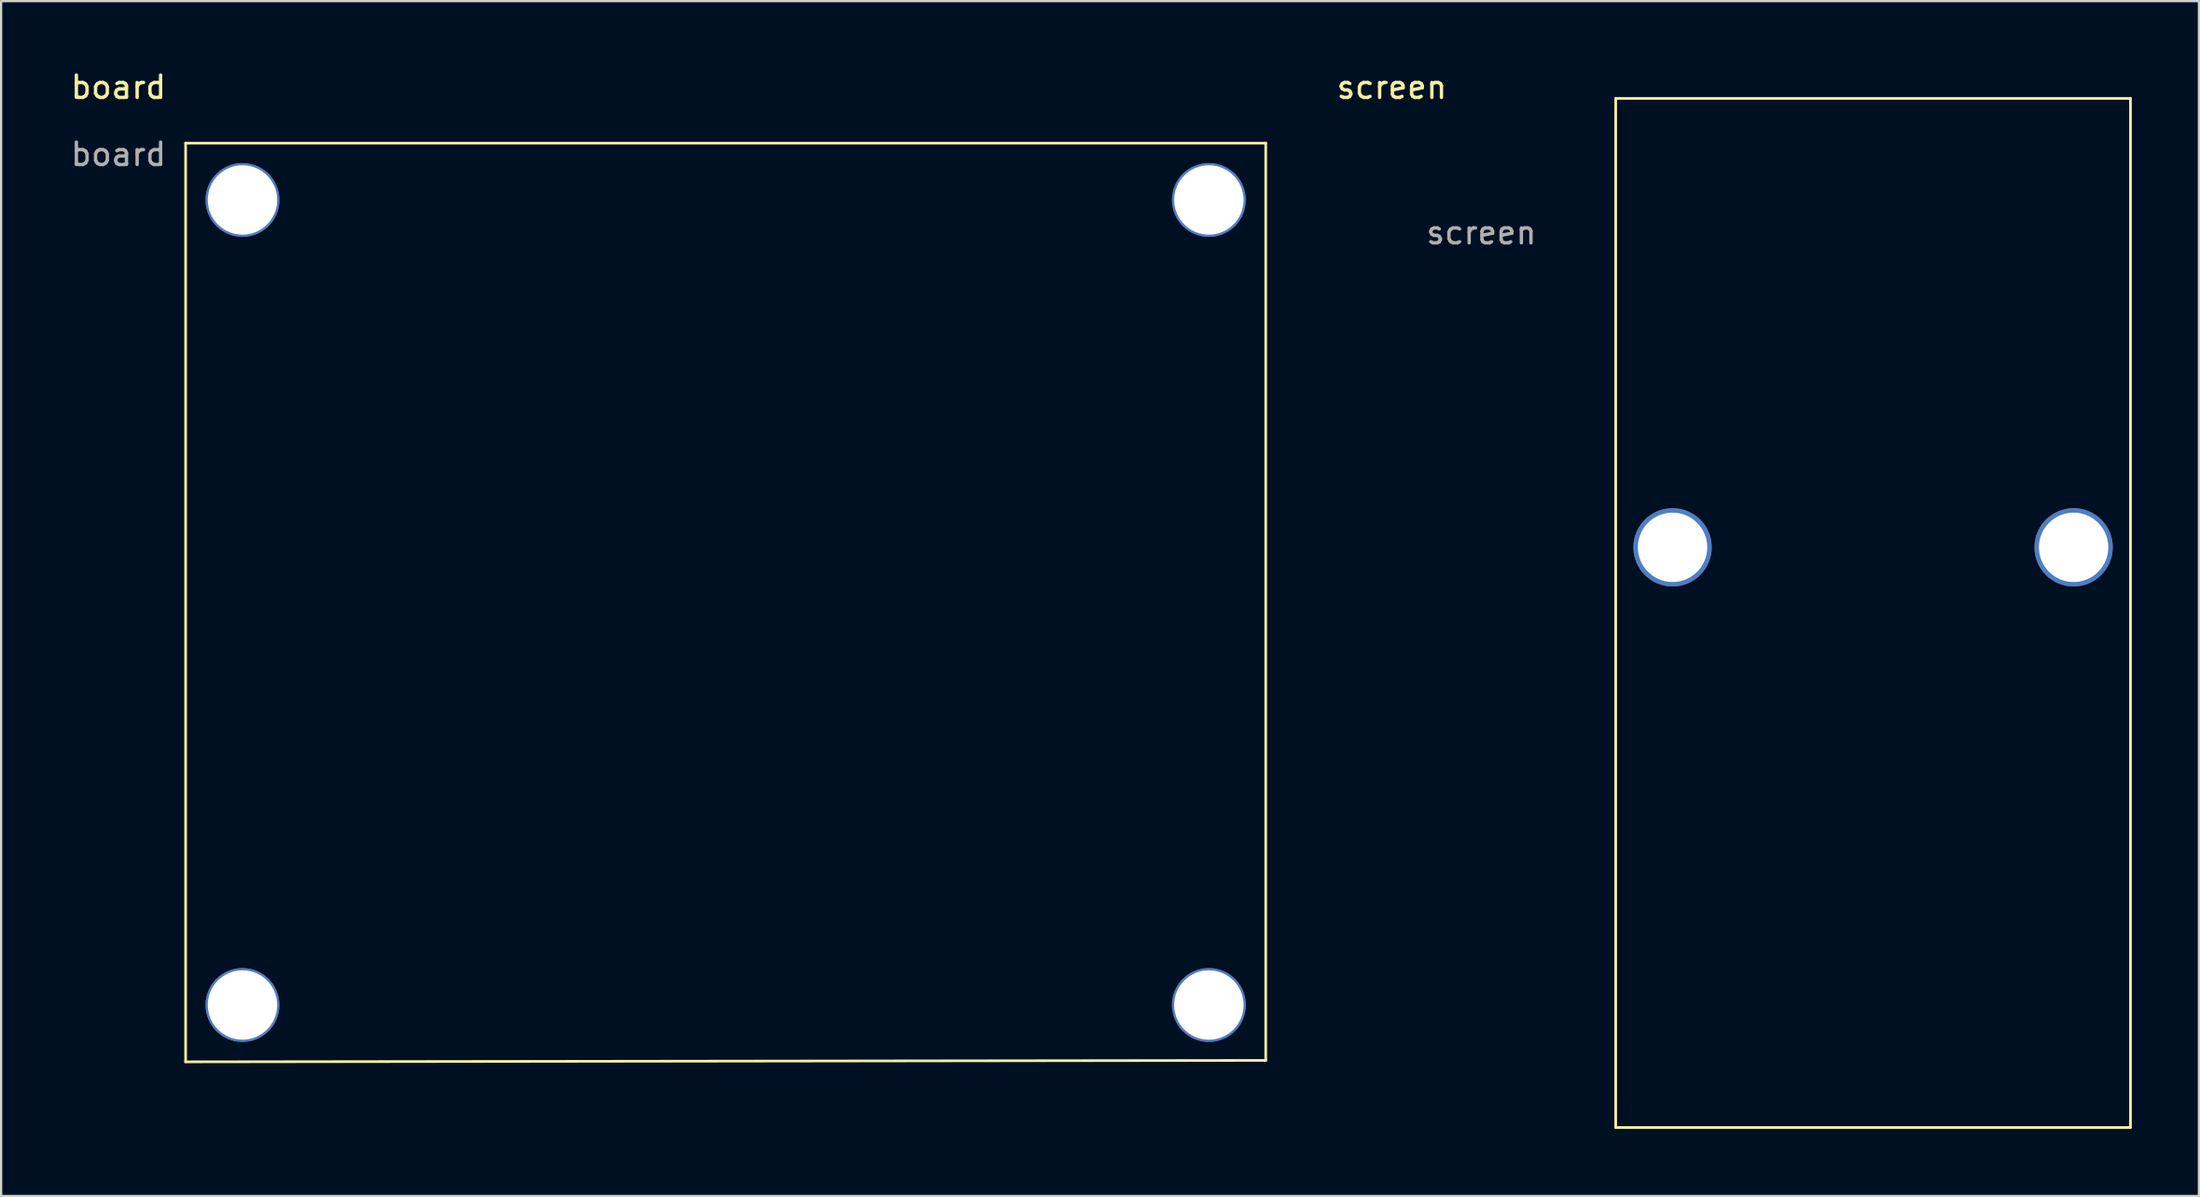
<source format=kicad_pcb>
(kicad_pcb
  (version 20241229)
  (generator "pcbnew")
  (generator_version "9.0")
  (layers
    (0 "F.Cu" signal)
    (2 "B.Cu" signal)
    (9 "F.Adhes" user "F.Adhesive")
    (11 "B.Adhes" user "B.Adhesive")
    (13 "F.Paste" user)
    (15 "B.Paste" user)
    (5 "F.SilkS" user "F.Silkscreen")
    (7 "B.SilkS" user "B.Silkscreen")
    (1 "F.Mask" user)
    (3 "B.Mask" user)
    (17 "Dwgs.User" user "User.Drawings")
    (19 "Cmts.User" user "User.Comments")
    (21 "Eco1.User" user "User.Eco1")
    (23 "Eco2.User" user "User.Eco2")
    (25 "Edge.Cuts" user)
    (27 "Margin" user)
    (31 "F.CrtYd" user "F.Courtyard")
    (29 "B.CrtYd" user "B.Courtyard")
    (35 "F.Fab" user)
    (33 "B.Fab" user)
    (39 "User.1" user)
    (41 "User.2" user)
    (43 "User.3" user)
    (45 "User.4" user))
  (footprint "screen"
    (layer "F.Cu")
    (at 69.141 1.348)
    (property "Reference" "screen" (at -10 -0.5 0) (unlocked yes) (layer "F.SilkS") (effects (font (size 1 1) (thickness 0.15))))
    (attr smd)
    (fp_line (start 0 0) (end 0 46) (stroke (width 0.12) (type solid)) (layer "F.SilkS"))
    (fp_line (start 0 0) (end 23 0) (stroke (width 0.12) (type solid)) (layer "F.SilkS"))
    (fp_line (start 23 0) (end 23 46) (stroke (width 0.12) (type solid)) (layer "F.SilkS"))
    (fp_line (start 23 46) (end 0 46) (stroke (width 0.12) (type solid)) (layer "F.SilkS"))
    (fp_text user "${REFERENCE}" (at -6 6 0) (unlocked yes) (layer "F.Fab") (effects (font (size 1 1) (thickness 0.15))))
    (pad "1" thru_hole circle (at 2.54 20.066) (size 3.5 3.5) (drill 3.1) (layers "*.Cu" "*.Mask"))
    (pad "1" thru_hole circle (at 20.46 20.066) (size 3.5 3.5) (drill 3.1) (layers "*.Cu" "*.Mask")))
  (footprint "board"
    (layer "F.Cu")
    (at 5.244 3.348)
    (property "Reference" "board" (at -3 -2.5 0) (unlocked yes) (layer "F.SilkS") (effects (font (size 1 1) (thickness 0.15))))
    (attr smd)
    (fp_line (start 0 0) (end 0 41.064) (stroke (width 0.12) (type solid)) (layer "F.SilkS"))
    (fp_line (start 0 0) (end 48.26 0) (stroke (width 0.12) (type solid)) (layer "F.SilkS"))
    (fp_line (start 0 41.064) (end 48.26 41) (stroke (width 0.12) (type solid)) (layer "F.SilkS"))
    (fp_line (start 48.26 41) (end 48.26 0) (stroke (width 0.12) (type solid)) (layer "F.SilkS"))
    (fp_text user "${REFERENCE}" (at -3 0.5 0) (unlocked yes) (layer "F.Fab") (effects (font (size 1 1) (thickness 0.15))))
    (pad "1" thru_hole circle (at 2.54 2.54) (size 3.3 3.3) (drill 3.1) (layers "*.Cu" "*.Mask"))
    (pad "1" thru_hole circle (at 2.54 38.524) (size 3.3 3.3) (drill 3.1) (layers "*.Cu" "*.Mask"))
    (pad "1" thru_hole circle (at 45.72 2.54) (size 3.3 3.3) (drill 3.1) (layers "*.Cu" "*.Mask"))
    (pad "1" thru_hole circle (at 45.72 38.524) (size 3.3 3.3) (drill 3.1) (layers "*.Cu" "*.Mask")))
  (gr_rect
    (start -3 -3)
    (end 95.201 50.408)
    (stroke (width 0.1) (type default))
    (fill no)
    (layer "Edge.Cuts")))
</source>
